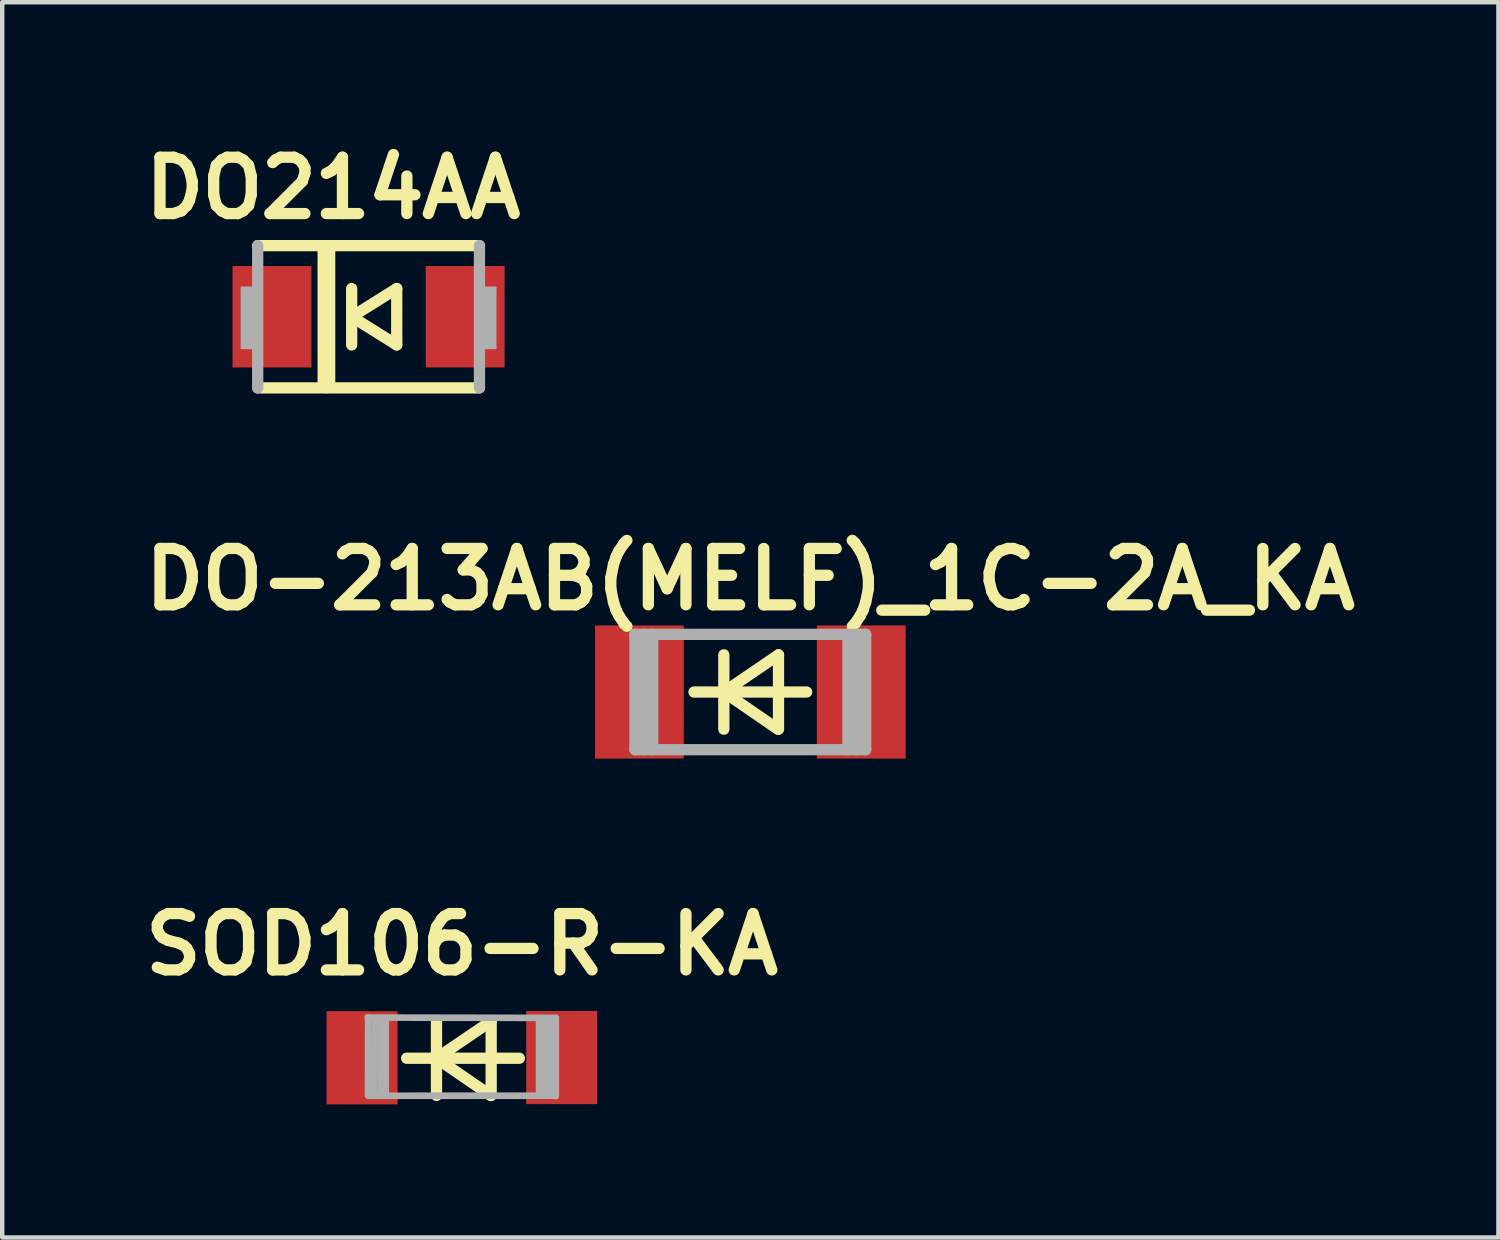
<source format=kicad_pcb>
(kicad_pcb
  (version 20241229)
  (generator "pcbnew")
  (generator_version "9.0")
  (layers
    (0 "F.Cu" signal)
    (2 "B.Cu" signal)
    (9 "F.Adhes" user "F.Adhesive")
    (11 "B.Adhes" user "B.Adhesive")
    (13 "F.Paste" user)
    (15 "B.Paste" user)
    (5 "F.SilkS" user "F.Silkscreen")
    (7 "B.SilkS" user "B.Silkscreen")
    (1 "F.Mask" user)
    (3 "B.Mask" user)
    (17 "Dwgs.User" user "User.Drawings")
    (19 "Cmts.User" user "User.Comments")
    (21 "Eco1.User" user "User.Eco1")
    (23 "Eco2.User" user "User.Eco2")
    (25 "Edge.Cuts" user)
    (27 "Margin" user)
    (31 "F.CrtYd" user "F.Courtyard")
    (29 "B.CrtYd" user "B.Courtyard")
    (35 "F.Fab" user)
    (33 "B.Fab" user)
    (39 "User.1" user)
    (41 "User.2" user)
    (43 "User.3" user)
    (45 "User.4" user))
  (footprint "DO-213AB(MELF)_1C-2A_KA"
    (layer "F.Cu")
    (at 13.861 12.547)
    (property "Reference" "DO-213AB(MELF)_1C-2A_KA" (at 0 -2.54 0) (layer "F.SilkS") (effects (font (size 1.27 1.27) (thickness 0.254))))
    (attr smd)
    (fp_line (start -0.597 0) (end 0.635 -0.838) (stroke (width 0.254) (type solid)) (layer "F.SilkS"))
    (fp_line (start -0.597 0.838) (end -0.597 -0.838) (stroke (width 0.254) (type solid)) (layer "F.SilkS"))
    (fp_line (start 0.622 0.838) (end -0.597 0) (stroke (width 0.254) (type solid)) (layer "F.SilkS"))
    (fp_line (start 0.635 0.838) (end 0.635 -0.838) (stroke (width 0.254) (type solid)) (layer "F.SilkS"))
    (fp_line (start 1.27 0) (end -1.27 0) (stroke (width 0.254) (type solid)) (layer "F.SilkS"))
    (fp_line (start -2.6 -1.3) (end 2.6 -1.3) (stroke (width 0.254) (type solid)) (layer "F.Fab"))
    (fp_line (start -2.6 1.3) (end -2.6 -1.3) (stroke (width 0.254) (type solid)) (layer "F.Fab"))
    (fp_line (start -2.4 -1.3) (end -2.4 1.3) (stroke (width 0.254) (type solid)) (layer "F.Fab"))
    (fp_line (start -2.2 -1.3) (end -2.2 1.3) (stroke (width 0.254) (type solid)) (layer "F.Fab"))
    (fp_line (start 2.2 -1.3) (end 2.2 1.3) (stroke (width 0.254) (type solid)) (layer "F.Fab"))
    (fp_line (start 2.4 -1.3) (end 2.4 1.3) (stroke (width 0.254) (type solid)) (layer "F.Fab"))
    (fp_line (start 2.6 -1.3) (end 2.6 1.3) (stroke (width 0.254) (type solid)) (layer "F.Fab"))
    (fp_line (start 2.6 1.3) (end -2.6 1.3) (stroke (width 0.254) (type solid)) (layer "F.Fab"))
    (pad "1" smd rect (at -2.5 0) (size 2 3) (layers "F.Cu" "F.Mask" "F.Paste"))
    (pad "2" smd rect (at 2.5 0) (size 2 3) (layers "F.Cu" "F.Mask" "F.Paste")))
  (footprint "DO214AA"
    (layer "F.Cu")
    (at 5.257 4.089)
    (property "Reference" "DO214AA" (at -0.8 -2.9 0) (layer "F.SilkS") (effects (font (size 1.27 1.27) (thickness 0.254))))
    (attr smd)
    (fp_line (start -2.499 -1.603) (end 2.499 -1.603) (stroke (width 0.254) (type solid)) (layer "F.SilkS"))
    (fp_line (start -0.95 -1.475) (end -0.95 1.525) (stroke (width 0.4) (type solid)) (layer "F.SilkS"))
    (fp_line (start -0.381 0.635) (end -0.381 -0.635) (stroke (width 0.254) (type solid)) (layer "F.SilkS"))
    (fp_line (start 0.635 -0.635) (end -0.381 0) (stroke (width 0.254) (type solid)) (layer "F.SilkS"))
    (fp_line (start 0.635 0.635) (end -0.381 0) (stroke (width 0.254) (type solid)) (layer "F.SilkS"))
    (fp_line (start 0.635 0.635) (end 0.635 -0.635) (stroke (width 0.254) (type solid)) (layer "F.SilkS"))
    (fp_line (start 2.499 1.603) (end -2.499 1.603) (stroke (width 0.254) (type solid)) (layer "F.SilkS"))
    (fp_line (start -2.85 -0.648) (end -2.598 -0.648) (stroke (width 0.066) (type solid)) (layer "F.Fab"))
    (fp_line (start -2.85 0.699) (end -2.85 -0.648) (stroke (width 0.066) (type solid)) (layer "F.Fab"))
    (fp_line (start -2.85 0.699) (end -2.598 0.699) (stroke (width 0.066) (type solid)) (layer "F.Fab"))
    (fp_line (start -2.725 -0.55) (end -2.725 0.6) (stroke (width 0.254) (type solid)) (layer "F.Fab"))
    (fp_line (start -2.598 0.699) (end -2.598 -0.648) (stroke (width 0.066) (type solid)) (layer "F.Fab"))
    (fp_line (start -2.499 1.603) (end -2.499 -1.603) (stroke (width 0.254) (type solid)) (layer "F.Fab"))
    (fp_line (start 2.499 -1.603) (end 2.499 1.603) (stroke (width 0.254) (type solid)) (layer "F.Fab"))
    (fp_line (start 2.598 -0.648) (end 2.85 -0.648) (stroke (width 0.066) (type solid)) (layer "F.Fab"))
    (fp_line (start 2.598 0.699) (end 2.598 -0.648) (stroke (width 0.066) (type solid)) (layer "F.Fab"))
    (fp_line (start 2.598 0.699) (end 2.85 0.699) (stroke (width 0.066) (type solid)) (layer "F.Fab"))
    (fp_line (start 2.725 -0.55) (end 2.725 0.6) (stroke (width 0.254) (type solid)) (layer "F.Fab"))
    (fp_line (start 2.85 0.699) (end 2.85 -0.648) (stroke (width 0.066) (type solid)) (layer "F.Fab"))
    (pad "A" smd rect (at 2.177 0) (size 1.778 2.286) (layers "F.Cu" "F.Mask" "F.Paste"))
    (pad "C" smd rect (at -2.177 0) (size 1.778 2.286) (layers "F.Cu" "F.Mask" "F.Paste")))
  (footprint "SOD106-R-KA"
    (layer "F.Cu")
    (at 7.36 20.776)
    (property "Reference" "SOD106-R-KA" (at 0 -2.54 0) (layer "F.SilkS") (effects (font (size 1.27 1.27) (thickness 0.254))))
    (attr smd)
    (fp_line (start -0.572 0.025) (end 0.66 -0.813) (stroke (width 0.254) (type solid)) (layer "F.SilkS"))
    (fp_line (start -0.572 0.863) (end -0.572 -0.813) (stroke (width 0.254) (type solid)) (layer "F.SilkS"))
    (fp_line (start 0.647 0.863) (end -0.572 0.025) (stroke (width 0.254) (type solid)) (layer "F.SilkS"))
    (fp_line (start 0.66 0.863) (end 0.66 -0.813) (stroke (width 0.254) (type solid)) (layer "F.SilkS"))
    (fp_line (start 1.295 0.025) (end -1.245 0.025) (stroke (width 0.254) (type solid)) (layer "F.SilkS"))
    (fp_line (start -2.121 -0.892) (end 2.116 -0.884) (stroke (width 0.15) (type solid)) (layer "F.Fab"))
    (fp_line (start -2.113 -0.894) (end -2.116 0.843) (stroke (width 0.15) (type solid)) (layer "F.Fab"))
    (fp_line (start -1.968 -0.843) (end -1.979 0.82) (stroke (width 0.15) (type solid)) (layer "F.Fab"))
    (fp_line (start -1.834 -0.856) (end -1.834 0.81) (stroke (width 0.15) (type solid)) (layer "F.Fab"))
    (fp_line (start -1.717 -0.792) (end -1.717 0.798) (stroke (width 0.15) (type solid)) (layer "F.Fab"))
    (fp_line (start 1.74 -0.838) (end 1.74 0.808) (stroke (width 0.15) (type solid)) (layer "F.Fab"))
    (fp_line (start 1.841 -0.853) (end 1.847 0.772) (stroke (width 0.15) (type solid)) (layer "F.Fab"))
    (fp_line (start 1.981 -0.828) (end 1.986 0.813) (stroke (width 0.15) (type solid)) (layer "F.Fab"))
    (fp_line (start 2.111 0.869) (end -2.111 0.871) (stroke (width 0.15) (type solid)) (layer "F.Fab"))
    (fp_line (start 2.116 -0.884) (end 2.116 -0.064) (stroke (width 0.15) (type solid)) (layer "F.Fab"))
    (fp_line (start 2.116 -0.076) (end 2.116 0.879) (stroke (width 0.15) (type solid)) (layer "F.Fab"))
    (pad "1" smd rect (at -2.25 0.015) (size 1.6 2.1) (layers "F.Cu" "F.Mask" "F.Paste"))
    (pad "2" smd rect (at 2.25 0.01) (size 1.6 2.1) (layers "F.Cu" "F.Mask" "F.Paste")))
  (gr_rect
    (start -3 -3)
    (end 30.722 24.841)
    (stroke (width 0.1) (type default))
    (fill no)
    (layer "Edge.Cuts")))
</source>
